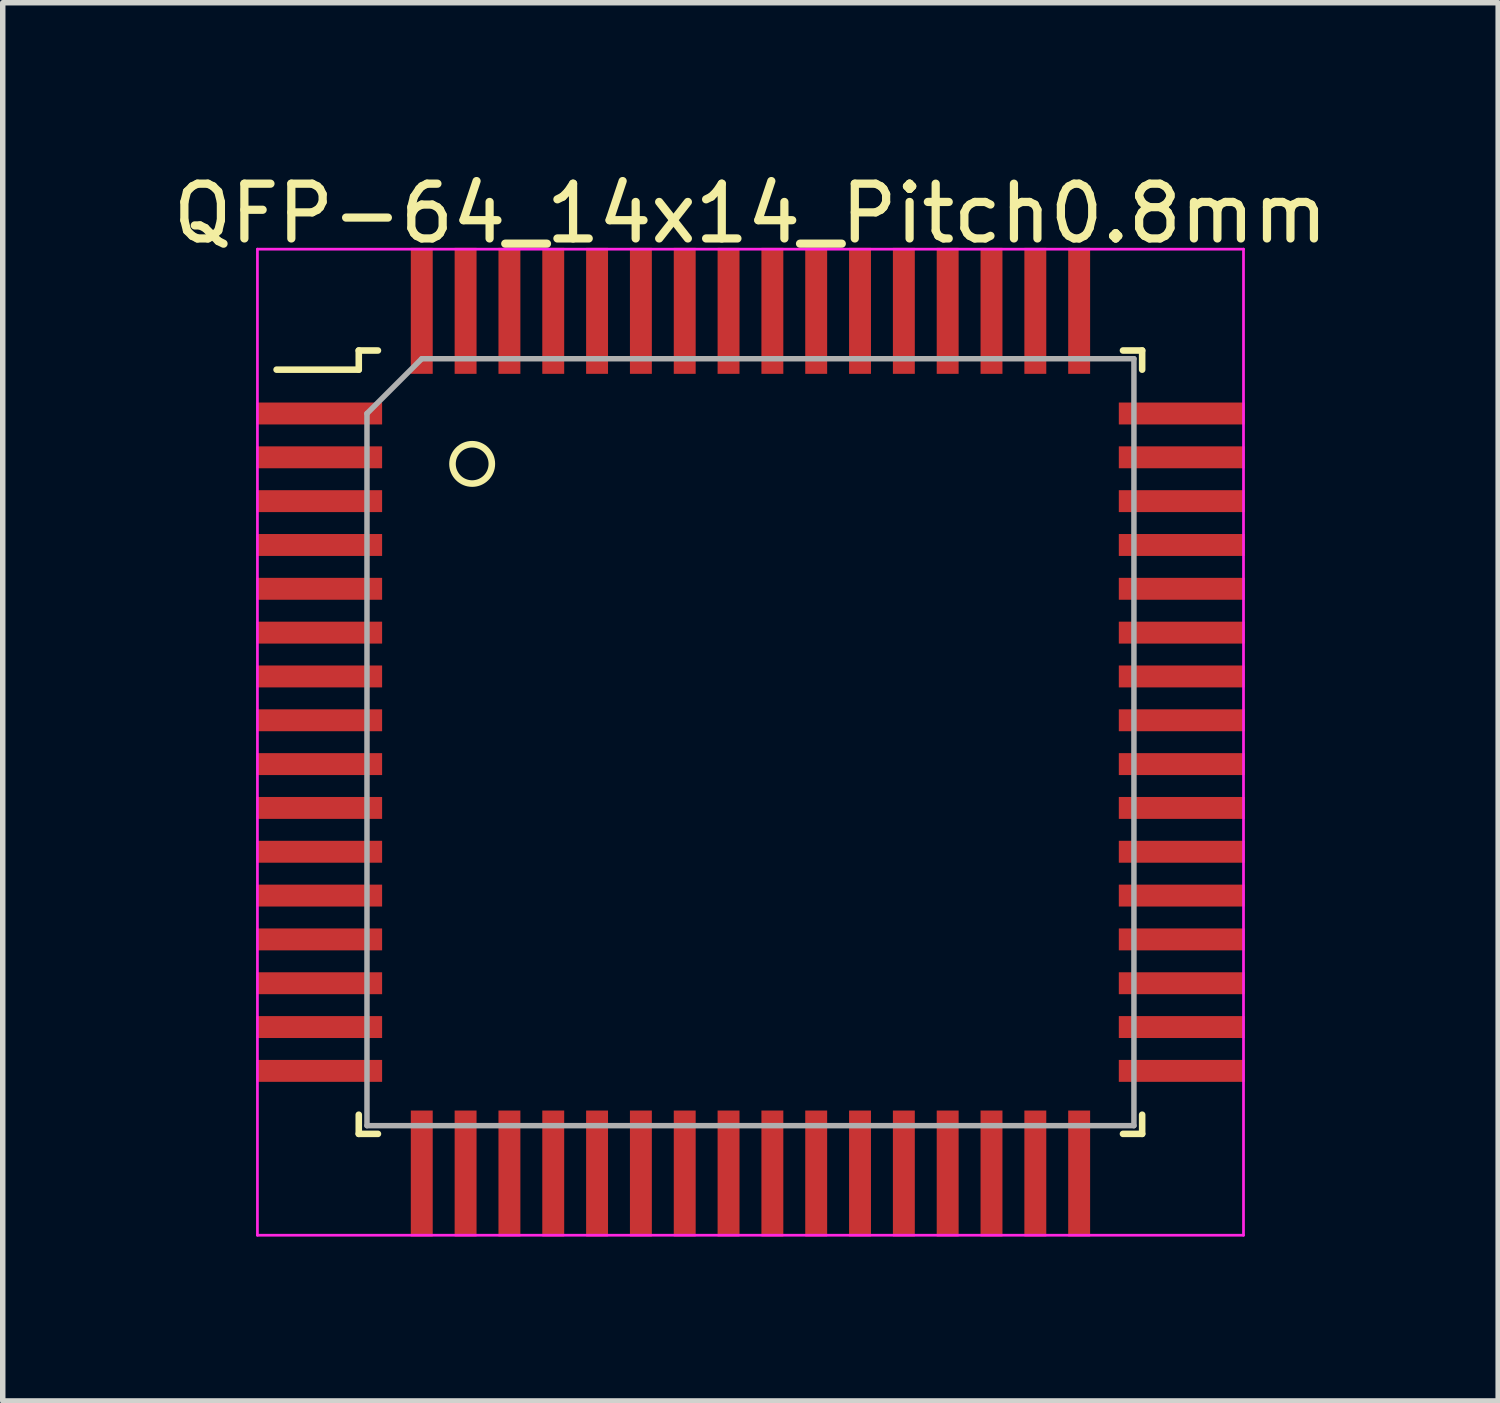
<source format=kicad_pcb>
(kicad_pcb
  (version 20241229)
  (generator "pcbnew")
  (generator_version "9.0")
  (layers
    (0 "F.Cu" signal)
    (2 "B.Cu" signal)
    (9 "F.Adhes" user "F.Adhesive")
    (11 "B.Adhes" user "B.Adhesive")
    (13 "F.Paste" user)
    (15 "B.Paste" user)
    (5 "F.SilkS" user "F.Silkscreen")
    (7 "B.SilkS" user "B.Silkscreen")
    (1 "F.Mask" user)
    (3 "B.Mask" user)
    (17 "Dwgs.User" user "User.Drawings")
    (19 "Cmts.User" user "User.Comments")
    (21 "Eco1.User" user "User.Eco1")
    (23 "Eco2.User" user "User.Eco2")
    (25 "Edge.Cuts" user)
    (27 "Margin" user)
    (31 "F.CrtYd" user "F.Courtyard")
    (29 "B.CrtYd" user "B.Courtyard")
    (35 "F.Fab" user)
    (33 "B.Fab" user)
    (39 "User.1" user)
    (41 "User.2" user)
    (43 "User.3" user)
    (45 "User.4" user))
  (footprint "QFP-64_14x14_Pitch0.8mm"
    (layer "F.Cu")
    (at 10.649 10.498)
    (property "Reference" "QFP-64_14x14_Pitch0.8mm" (at 0 -9.65 0) (layer "F.SilkS") (effects (font (size 1 1) (thickness 0.15))))
    (attr through_hole)
    (fp_line (start -7.15 -7.15) (end -7.15 -6.8) (stroke (width 0.12) (type solid)) (layer "F.SilkS"))
    (fp_line (start -7.15 -6.8) (end -8.65 -6.8) (stroke (width 0.12) (type solid)) (layer "F.SilkS"))
    (fp_line (start -7.15 7.15) (end -7.15 6.8) (stroke (width 0.12) (type solid)) (layer "F.SilkS"))
    (fp_line (start -6.8 -7.15) (end -7.15 -7.15) (stroke (width 0.12) (type solid)) (layer "F.SilkS"))
    (fp_line (start -6.8 7.15) (end -7.15 7.15) (stroke (width 0.12) (type solid)) (layer "F.SilkS"))
    (fp_line (start 6.8 -7.15) (end 7.15 -7.15) (stroke (width 0.12) (type solid)) (layer "F.SilkS"))
    (fp_line (start 6.8 7.15) (end 7.15 7.15) (stroke (width 0.12) (type solid)) (layer "F.SilkS"))
    (fp_line (start 7.15 -7.15) (end 7.15 -6.8) (stroke (width 0.12) (type solid)) (layer "F.SilkS"))
    (fp_line (start 7.15 7.15) (end 7.15 6.8) (stroke (width 0.12) (type solid)) (layer "F.SilkS"))
    (fp_circle (center -5.08 -5.08) (end -4.826 -4.826) (stroke (width 0.12) (type solid)) (fill no) (layer "F.SilkS"))
    (fp_line (start -9 -9) (end 9 -9) (stroke (width 0.05) (type solid)) (layer "F.CrtYd"))
    (fp_line (start -9 9) (end -9 -9) (stroke (width 0.05) (type solid)) (layer "F.CrtYd"))
    (fp_line (start 9 -9) (end 9 9) (stroke (width 0.05) (type solid)) (layer "F.CrtYd"))
    (fp_line (start 9 9) (end -9 9) (stroke (width 0.05) (type solid)) (layer "F.CrtYd"))
    (fp_line (start -7 -6) (end -7 7) (stroke (width 0.1) (type solid)) (layer "F.Fab"))
    (fp_line (start -7 7) (end 7 7) (stroke (width 0.1) (type solid)) (layer "F.Fab"))
    (fp_line (start -6 -7) (end -7 -6) (stroke (width 0.1) (type solid)) (layer "F.Fab"))
    (fp_line (start 7 -7) (end -6 -7) (stroke (width 0.1) (type solid)) (layer "F.Fab"))
    (fp_line (start 7 7) (end 7 -7) (stroke (width 0.1) (type solid)) (layer "F.Fab"))
    (pad "1" smd rect (at -7.874 -6 90) (size 0.4 2.3) (layers "F.Cu" "F.Mask" "F.Paste"))
    (pad "2" smd rect (at -7.874 -5.2 90) (size 0.4 2.3) (layers "F.Cu" "F.Mask" "F.Paste"))
    (pad "3" smd rect (at -7.874 -4.4 90) (size 0.4 2.3) (layers "F.Cu" "F.Mask" "F.Paste"))
    (pad "4" smd rect (at -7.874 -3.6 90) (size 0.4 2.3) (layers "F.Cu" "F.Mask" "F.Paste"))
    (pad "5" smd rect (at -7.874 -2.8 90) (size 0.4 2.3) (layers "F.Cu" "F.Mask" "F.Paste"))
    (pad "6" smd rect (at -7.874 -2 90) (size 0.4 2.3) (layers "F.Cu" "F.Mask" "F.Paste"))
    (pad "7" smd rect (at -7.874 -1.2 90) (size 0.4 2.3) (layers "F.Cu" "F.Mask" "F.Paste"))
    (pad "8" smd rect (at -7.874 -0.4 90) (size 0.4 2.3) (layers "F.Cu" "F.Mask" "F.Paste"))
    (pad "9" smd rect (at -7.874 0.4 90) (size 0.4 2.3) (layers "F.Cu" "F.Mask" "F.Paste"))
    (pad "10" smd rect (at -7.874 1.2 90) (size 0.4 2.3) (layers "F.Cu" "F.Mask" "F.Paste"))
    (pad "11" smd rect (at -7.874 2 90) (size 0.4 2.3) (layers "F.Cu" "F.Mask" "F.Paste"))
    (pad "12" smd rect (at -7.874 2.8 90) (size 0.4 2.3) (layers "F.Cu" "F.Mask" "F.Paste"))
    (pad "13" smd rect (at -7.874 3.6 90) (size 0.4 2.3) (layers "F.Cu" "F.Mask" "F.Paste"))
    (pad "14" smd rect (at -7.874 4.4 90) (size 0.4 2.3) (layers "F.Cu" "F.Mask" "F.Paste"))
    (pad "15" smd rect (at -7.874 5.2 90) (size 0.4 2.3) (layers "F.Cu" "F.Mask" "F.Paste"))
    (pad "16" smd rect (at -7.874 6 90) (size 0.4 2.3) (layers "F.Cu" "F.Mask" "F.Paste"))
    (pad "17" smd rect (at -6 7.874) (size 0.4 2.3) (layers "F.Cu" "F.Mask" "F.Paste"))
    (pad "18" smd rect (at -5.2 7.874) (size 0.4 2.3) (layers "F.Cu" "F.Mask" "F.Paste"))
    (pad "19" smd rect (at -4.4 7.874) (size 0.4 2.3) (layers "F.Cu" "F.Mask" "F.Paste"))
    (pad "20" smd rect (at -3.6 7.874) (size 0.4 2.3) (layers "F.Cu" "F.Mask" "F.Paste"))
    (pad "21" smd rect (at -2.8 7.874) (size 0.4 2.3) (layers "F.Cu" "F.Mask" "F.Paste"))
    (pad "22" smd rect (at -2 7.874) (size 0.4 2.3) (layers "F.Cu" "F.Mask" "F.Paste"))
    (pad "23" smd rect (at -1.2 7.874) (size 0.4 2.3) (layers "F.Cu" "F.Mask" "F.Paste"))
    (pad "24" smd rect (at -0.4 7.874) (size 0.4 2.3) (layers "F.Cu" "F.Mask" "F.Paste"))
    (pad "25" smd rect (at 0.4 7.874) (size 0.4 2.3) (layers "F.Cu" "F.Mask" "F.Paste"))
    (pad "26" smd rect (at 1.2 7.874) (size 0.4 2.3) (layers "F.Cu" "F.Mask" "F.Paste"))
    (pad "27" smd rect (at 2 7.874) (size 0.4 2.3) (layers "F.Cu" "F.Mask" "F.Paste"))
    (pad "28" smd rect (at 2.8 7.874) (size 0.4 2.3) (layers "F.Cu" "F.Mask" "F.Paste"))
    (pad "29" smd rect (at 3.6 7.874) (size 0.4 2.3) (layers "F.Cu" "F.Mask" "F.Paste"))
    (pad "30" smd rect (at 4.4 7.874) (size 0.4 2.3) (layers "F.Cu" "F.Mask" "F.Paste"))
    (pad "31" smd rect (at 5.2 7.874) (size 0.4 2.3) (layers "F.Cu" "F.Mask" "F.Paste"))
    (pad "32" smd rect (at 6 7.874) (size 0.4 2.3) (layers "F.Cu" "F.Mask" "F.Paste"))
    (pad "33" smd rect (at 7.874 6 90) (size 0.4 2.3) (layers "F.Cu" "F.Mask" "F.Paste"))
    (pad "34" smd rect (at 7.874 5.2 90) (size 0.4 2.3) (layers "F.Cu" "F.Mask" "F.Paste"))
    (pad "35" smd rect (at 7.874 4.4 90) (size 0.4 2.3) (layers "F.Cu" "F.Mask" "F.Paste"))
    (pad "36" smd rect (at 7.874 3.6 90) (size 0.4 2.3) (layers "F.Cu" "F.Mask" "F.Paste"))
    (pad "37" smd rect (at 7.874 2.8 90) (size 0.4 2.3) (layers "F.Cu" "F.Mask" "F.Paste"))
    (pad "38" smd rect (at 7.874 2 90) (size 0.4 2.3) (layers "F.Cu" "F.Mask" "F.Paste"))
    (pad "39" smd rect (at 7.874 1.2 90) (size 0.4 2.3) (layers "F.Cu" "F.Mask" "F.Paste"))
    (pad "40" smd rect (at 7.874 0.4 90) (size 0.4 2.3) (layers "F.Cu" "F.Mask" "F.Paste"))
    (pad "41" smd rect (at 7.874 -0.4 90) (size 0.4 2.3) (layers "F.Cu" "F.Mask" "F.Paste"))
    (pad "42" smd rect (at 7.874 -1.2 90) (size 0.4 2.3) (layers "F.Cu" "F.Mask" "F.Paste"))
    (pad "43" smd rect (at 7.874 -2 90) (size 0.4 2.3) (layers "F.Cu" "F.Mask" "F.Paste"))
    (pad "44" smd rect (at 7.874 -2.8 90) (size 0.4 2.3) (layers "F.Cu" "F.Mask" "F.Paste"))
    (pad "45" smd rect (at 7.874 -3.6 90) (size 0.4 2.3) (layers "F.Cu" "F.Mask" "F.Paste"))
    (pad "46" smd rect (at 7.874 -4.4 90) (size 0.4 2.3) (layers "F.Cu" "F.Mask" "F.Paste"))
    (pad "47" smd rect (at 7.874 -5.2 90) (size 0.4 2.3) (layers "F.Cu" "F.Mask" "F.Paste"))
    (pad "48" smd rect (at 7.874 -6 90) (size 0.4 2.3) (layers "F.Cu" "F.Mask" "F.Paste"))
    (pad "49" smd rect (at 6 -7.874) (size 0.4 2.3) (layers "F.Cu" "F.Mask" "F.Paste"))
    (pad "50" smd rect (at 5.2 -7.874) (size 0.4 2.3) (layers "F.Cu" "F.Mask" "F.Paste"))
    (pad "51" smd rect (at 4.4 -7.874) (size 0.4 2.3) (layers "F.Cu" "F.Mask" "F.Paste"))
    (pad "52" smd rect (at 3.6 -7.874) (size 0.4 2.3) (layers "F.Cu" "F.Mask" "F.Paste"))
    (pad "53" smd rect (at 2.8 -7.874) (size 0.4 2.3) (layers "F.Cu" "F.Mask" "F.Paste"))
    (pad "54" smd rect (at 2 -7.874) (size 0.4 2.3) (layers "F.Cu" "F.Mask" "F.Paste"))
    (pad "55" smd rect (at 1.2 -7.874) (size 0.4 2.3) (layers "F.Cu" "F.Mask" "F.Paste"))
    (pad "56" smd rect (at 0.4 -7.874) (size 0.4 2.3) (layers "F.Cu" "F.Mask" "F.Paste"))
    (pad "57" smd rect (at -0.4 -7.874) (size 0.4 2.3) (layers "F.Cu" "F.Mask" "F.Paste"))
    (pad "58" smd rect (at -1.2 -7.874) (size 0.4 2.3) (layers "F.Cu" "F.Mask" "F.Paste"))
    (pad "59" smd rect (at -2 -7.874) (size 0.4 2.3) (layers "F.Cu" "F.Mask" "F.Paste"))
    (pad "60" smd rect (at -2.8 -7.874) (size 0.4 2.3) (layers "F.Cu" "F.Mask" "F.Paste"))
    (pad "61" smd rect (at -3.6 -7.874) (size 0.4 2.3) (layers "F.Cu" "F.Mask" "F.Paste"))
    (pad "62" smd rect (at -4.4 -7.874) (size 0.4 2.3) (layers "F.Cu" "F.Mask" "F.Paste"))
    (pad "63" smd rect (at -5.2 -7.874) (size 0.4 2.3) (layers "F.Cu" "F.Mask" "F.Paste"))
    (pad "64" smd rect (at -6 -7.874) (size 0.4 2.3) (layers "F.Cu" "F.Mask" "F.Paste")))
  (gr_rect
    (start -3 -3)
    (end 24.298 22.523)
    (stroke (width 0.1) (type default))
    (fill no)
    (layer "Edge.Cuts")))
</source>
